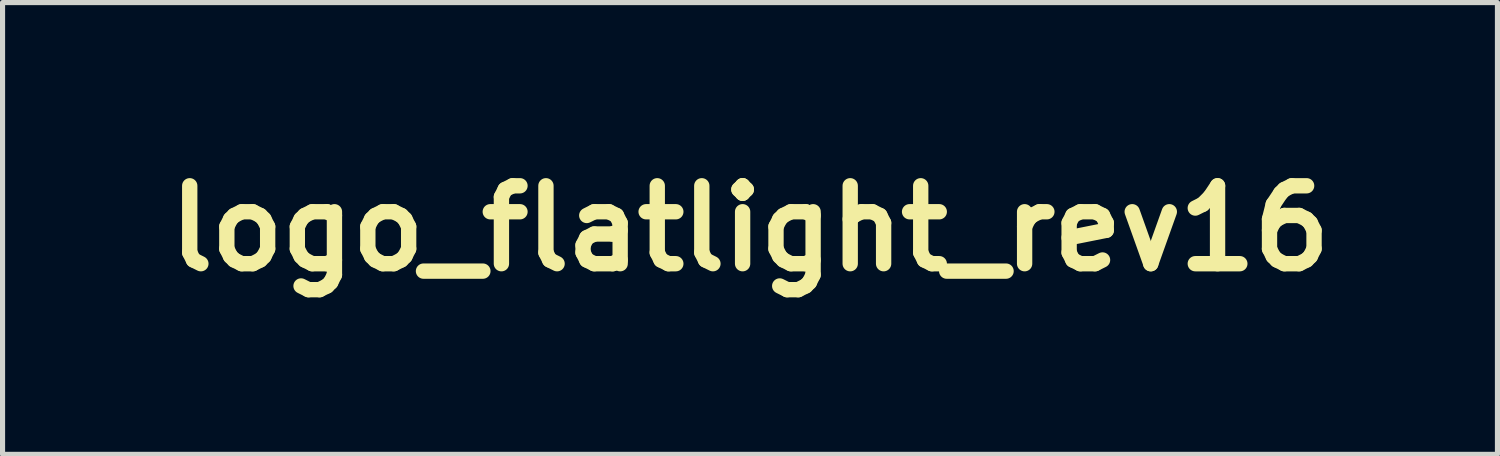
<source format=kicad_pcb>
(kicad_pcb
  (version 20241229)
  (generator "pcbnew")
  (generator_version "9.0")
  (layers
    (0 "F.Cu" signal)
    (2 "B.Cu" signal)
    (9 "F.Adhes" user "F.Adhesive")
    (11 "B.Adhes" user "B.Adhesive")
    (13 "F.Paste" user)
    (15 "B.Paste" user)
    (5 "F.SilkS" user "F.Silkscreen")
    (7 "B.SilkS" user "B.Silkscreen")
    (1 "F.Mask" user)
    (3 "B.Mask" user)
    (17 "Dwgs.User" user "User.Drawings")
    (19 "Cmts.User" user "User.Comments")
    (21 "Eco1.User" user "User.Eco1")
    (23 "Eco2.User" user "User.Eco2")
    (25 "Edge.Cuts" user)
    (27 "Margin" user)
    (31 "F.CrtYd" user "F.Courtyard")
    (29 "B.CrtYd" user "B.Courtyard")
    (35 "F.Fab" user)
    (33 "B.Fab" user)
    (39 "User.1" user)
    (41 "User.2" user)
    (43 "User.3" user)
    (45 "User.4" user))
  (footprint "logo_flatlight_rev16"
    (layer "F.Cu")
    (at 11.619 1.418)
    (property "Reference" "logo_flatlight_rev16" (at 0 0 0) (layer "F.SilkS") (effects (font (size 1.524 1.524) (thickness 0.3))))
    (attr through_hole)
    (fp_poly (pts (xy -6.17 0.381) (xy -6.348 0.381) (xy -6.348 -0.897) (xy -6.17 -0.897) (xy -6.17 0.381)) (stroke (width 0.01) (type solid)) (fill yes) (layer "F.Mask"))
    (fp_poly (pts (xy -3.885 0.381) (xy -4.063 0.381) (xy -4.063 -0.897) (xy -3.885 -0.897) (xy -3.885 0.381)) (stroke (width 0.01) (type solid)) (fill yes) (layer "F.Mask"))
    (fp_poly (pts (xy -3.419 -0.643) (xy -3.597 -0.643) (xy -3.597 -0.846) (xy -3.419 -0.846) (xy -3.419 -0.643)) (stroke (width 0.01) (type solid)) (fill yes) (layer "F.Mask"))
    (fp_poly (pts (xy -3.419 0.381) (xy -3.597 0.381) (xy -3.597 -0.508) (xy -3.419 -0.508) (xy -3.419 0.381)) (stroke (width 0.01) (type solid)) (fill yes) (layer "F.Mask"))
    (fp_poly (pts (xy 0.939 -0.068) (xy 0.339 -0.068) (xy 0.339 -0.237) (xy 0.939 -0.237) (xy 0.939 -0.068)) (stroke (width 0.01) (type solid)) (fill yes) (layer "F.Mask"))
    (fp_poly (pts (xy 5.88 -0.762) (xy 5.965 -0.758) (xy 6.034 -0.748) (xy 6.088 -0.73) (xy 6.127 -0.705) (xy 6.144 -0.687) (xy 6.153 -0.674) (xy 6.16 -0.66) (xy 6.167 -0.645) (xy 6.172 -0.626) (xy 6.176 -0.603) (xy 6.179 -0.573) (xy 6.182 -0.537) (xy 6.184 -0.491) (xy 6.185 -0.436) (xy 6.186 -0.368) (xy 6.187 -0.288) (xy 6.187 -0.194) (xy 6.187 -0.091) (xy 6.187 0.381) (xy 5.992 0.381) (xy 5.992 -0.515) (xy 5.972 -0.539) (xy 5.961 -0.551) (xy 5.948 -0.558) (xy 5.931 -0.562) (xy 5.903 -0.565) (xy 5.879 -0.566) (xy 5.806 -0.569) (xy 5.806 -0.762) (xy 5.88 -0.762)) (stroke (width 0.01) (type solid)) (fill yes) (layer "F.Mask"))
    (fp_poly (pts (xy -4.511 -0.508) (xy -4.266 -0.508) (xy -4.266 -0.339) (xy -4.511 -0.339) (xy -4.511 -0.108) (xy -4.51 -0.032) (xy -4.51 0.029) (xy -4.508 0.077) (xy -4.505 0.114) (xy -4.501 0.142) (xy -4.495 0.162) (xy -4.487 0.177) (xy -4.478 0.189) (xy -4.466 0.198) (xy -4.452 0.207) (xy -4.435 0.212) (xy -4.409 0.216) (xy -4.373 0.218) (xy -4.354 0.219) (xy -4.266 0.222) (xy -4.266 0.381) (xy -4.365 0.38) (xy -4.409 0.379) (xy -4.451 0.377) (xy -4.486 0.374) (xy -4.505 0.372) (xy -4.553 0.358) (xy -4.596 0.335) (xy -4.629 0.306) (xy -4.636 0.297) (xy -4.648 0.277) (xy -4.658 0.258) (xy -4.666 0.236) (xy -4.673 0.21) (xy -4.677 0.179) (xy -4.681 0.139) (xy -4.683 0.088) (xy -4.685 0.026) (xy -4.686 -0.05) (xy -4.687 -0.078) (xy -4.691 -0.339) (xy -4.807 -0.339) (xy -4.807 -0.508) (xy -4.689 -0.508) (xy -4.689 -0.719) (xy -4.511 -0.719) (xy -4.511 -0.508)) (stroke (width 0.01) (type solid)) (fill yes) (layer "F.Mask"))
    (fp_poly (pts (xy -0.508 -0.508) (xy -0.262 -0.508) (xy -0.262 -0.339) (xy -0.508 -0.339) (xy -0.507 -0.108) (xy -0.507 -0.032) (xy -0.506 0.029) (xy -0.504 0.077) (xy -0.502 0.114) (xy -0.498 0.142) (xy -0.492 0.162) (xy -0.484 0.177) (xy -0.474 0.189) (xy -0.463 0.198) (xy -0.449 0.207) (xy -0.431 0.212) (xy -0.406 0.216) (xy -0.37 0.218) (xy -0.351 0.219) (xy -0.262 0.222) (xy -0.262 0.381) (xy -0.362 0.38) (xy -0.406 0.379) (xy -0.448 0.377) (xy -0.482 0.374) (xy -0.501 0.372) (xy -0.55 0.358) (xy -0.593 0.335) (xy -0.626 0.306) (xy -0.632 0.297) (xy -0.645 0.277) (xy -0.655 0.258) (xy -0.663 0.236) (xy -0.669 0.21) (xy -0.674 0.179) (xy -0.677 0.139) (xy -0.68 0.088) (xy -0.682 0.026) (xy -0.683 -0.05) (xy -0.683 -0.078) (xy -0.687 -0.339) (xy -0.804 -0.339) (xy -0.804 -0.508) (xy -0.686 -0.508) (xy -0.686 -0.719) (xy -0.508 -0.719) (xy -0.508 -0.508)) (stroke (width 0.01) (type solid)) (fill yes) (layer "F.Mask"))
    (fp_poly (pts (xy -6.602 -0.568) (xy -6.875 -0.566) (xy -6.95 -0.565) (xy -7.011 -0.564) (xy -7.058 -0.563) (xy -7.095 -0.562) (xy -7.123 -0.56) (xy -7.143 -0.558) (xy -7.159 -0.555) (xy -7.172 -0.551) (xy -7.184 -0.546) (xy -7.19 -0.543) (xy -7.23 -0.522) (xy -7.259 -0.497) (xy -7.279 -0.466) (xy -7.29 -0.427) (xy -7.295 -0.376) (xy -7.296 -0.345) (xy -7.296 -0.262) (xy -6.61 -0.262) (xy -6.61 -0.076) (xy -7.296 -0.076) (xy -7.296 0.381) (xy -7.499 0.381) (xy -7.499 0.019) (xy -7.499 -0.088) (xy -7.498 -0.18) (xy -7.497 -0.258) (xy -7.495 -0.324) (xy -7.492 -0.379) (xy -7.489 -0.425) (xy -7.484 -0.462) (xy -7.479 -0.494) (xy -7.473 -0.52) (xy -7.465 -0.544) (xy -7.465 -0.545) (xy -7.441 -0.591) (xy -7.405 -0.637) (xy -7.363 -0.677) (xy -7.323 -0.705) (xy -7.299 -0.718) (xy -7.276 -0.728) (xy -7.252 -0.737) (xy -7.225 -0.743) (xy -7.194 -0.748) (xy -7.155 -0.752) (xy -7.108 -0.755) (xy -7.051 -0.757) (xy -6.98 -0.758) (xy -6.894 -0.76) (xy -6.892 -0.76) (xy -6.602 -0.763) (xy -6.602 -0.568)) (stroke (width 0.01) (type solid)) (fill yes) (layer "F.Mask"))
    (fp_poly (pts (xy -1.76 -0.508) (xy -1.555 -0.508) (xy -1.476 -0.507) (xy -1.412 -0.506) (xy -1.361 -0.503) (xy -1.322 -0.5) (xy -1.293 -0.495) (xy -1.292 -0.495) (xy -1.213 -0.472) (xy -1.146 -0.438) (xy -1.092 -0.393) (xy -1.049 -0.336) (xy -1.016 -0.266) (xy -1.015 -0.262) (xy -1.01 -0.246) (xy -1.006 -0.231) (xy -1.002 -0.214) (xy -1 -0.193) (xy -0.998 -0.166) (xy -0.996 -0.131) (xy -0.995 -0.086) (xy -0.994 -0.03) (xy -0.993 0.041) (xy -0.992 0.087) (xy -0.988 0.381) (xy -1.167 0.381) (xy -1.17 0.099) (xy -1.171 0.016) (xy -1.172 -0.052) (xy -1.173 -0.107) (xy -1.176 -0.15) (xy -1.18 -0.185) (xy -1.186 -0.211) (xy -1.193 -0.232) (xy -1.203 -0.248) (xy -1.215 -0.263) (xy -1.23 -0.277) (xy -1.238 -0.284) (xy -1.259 -0.3) (xy -1.279 -0.312) (xy -1.302 -0.322) (xy -1.33 -0.329) (xy -1.365 -0.333) (xy -1.41 -0.336) (xy -1.467 -0.338) (xy -1.537 -0.339) (xy -1.559 -0.339) (xy -1.76 -0.339) (xy -1.76 0.381) (xy -1.938 0.381) (xy -1.938 -0.897) (xy -1.76 -0.897) (xy -1.76 -0.508)) (stroke (width 0.01) (type solid)) (fill yes) (layer "F.Mask"))
    (fp_poly (pts (xy 4.35 -0.3) (xy 4.382 -0.216) (xy 4.413 -0.136) (xy 4.442 -0.061) (xy 4.468 0.005) (xy 4.49 0.063) (xy 4.51 0.111) (xy 4.525 0.147) (xy 4.535 0.17) (xy 4.539 0.178) (xy 4.561 0.191) (xy 4.588 0.194) (xy 4.613 0.188) (xy 4.624 0.18) (xy 4.629 0.169) (xy 4.641 0.144) (xy 4.657 0.107) (xy 4.677 0.058) (xy 4.702 -0.002) (xy 4.729 -0.069) (xy 4.759 -0.144) (xy 4.792 -0.225) (xy 4.821 -0.299) (xy 5.005 -0.762) (xy 5.222 -0.762) (xy 5.206 -0.722) (xy 5.2 -0.707) (xy 5.188 -0.677) (xy 5.172 -0.635) (xy 5.151 -0.582) (xy 5.126 -0.519) (xy 5.097 -0.448) (xy 5.066 -0.37) (xy 5.033 -0.287) (xy 4.999 -0.2) (xy 4.998 -0.199) (xy 4.964 -0.112) (xy 4.93 -0.029) (xy 4.899 0.048) (xy 4.87 0.118) (xy 4.844 0.18) (xy 4.822 0.232) (xy 4.805 0.273) (xy 4.792 0.301) (xy 4.785 0.315) (xy 4.785 0.315) (xy 4.75 0.351) (xy 4.702 0.376) (xy 4.642 0.391) (xy 4.597 0.395) (xy 4.534 0.394) (xy 4.485 0.385) (xy 4.482 0.384) (xy 4.428 0.36) (xy 4.386 0.326) (xy 4.369 0.303) (xy 4.363 0.29) (xy 4.352 0.263) (xy 4.336 0.223) (xy 4.315 0.171) (xy 4.291 0.11) (xy 4.264 0.039) (xy 4.235 -0.038) (xy 4.203 -0.121) (xy 4.17 -0.209) (xy 4.166 -0.22) (xy 4.133 -0.308) (xy 4.101 -0.391) (xy 4.072 -0.469) (xy 4.045 -0.54) (xy 4.022 -0.602) (xy 4.002 -0.655) (xy 3.987 -0.696) (xy 3.976 -0.724) (xy 3.971 -0.738) (xy 3.97 -0.738) (xy 3.961 -0.762) (xy 4.177 -0.762) (xy 4.35 -0.3)) (stroke (width 0.01) (type solid)) (fill yes) (layer "F.Mask"))
    (fp_poly (pts (xy 3.775 -0.568) (xy 3.455 -0.566) (xy 3.373 -0.565) (xy 3.307 -0.564) (xy 3.253 -0.563) (xy 3.211 -0.562) (xy 3.179 -0.561) (xy 3.155 -0.559) (xy 3.137 -0.557) (xy 3.124 -0.554) (xy 3.114 -0.55) (xy 3.104 -0.546) (xy 3.099 -0.543) (xy 3.064 -0.515) (xy 3.041 -0.477) (xy 3.032 -0.431) (xy 3.032 -0.404) (xy 3.043 -0.36) (xy 3.066 -0.326) (xy 3.103 -0.3) (xy 3.112 -0.296) (xy 3.123 -0.292) (xy 3.136 -0.29) (xy 3.155 -0.287) (xy 3.18 -0.286) (xy 3.213 -0.284) (xy 3.256 -0.283) (xy 3.311 -0.282) (xy 3.38 -0.282) (xy 3.451 -0.281) (xy 3.766 -0.279) (xy 3.766 -0.102) (xy 3.453 -0.102) (xy 3.367 -0.101) (xy 3.296 -0.101) (xy 3.238 -0.1) (xy 3.192 -0.099) (xy 3.157 -0.096) (xy 3.129 -0.093) (xy 3.108 -0.088) (xy 3.091 -0.082) (xy 3.078 -0.075) (xy 3.066 -0.065) (xy 3.058 -0.058) (xy 3.037 -0.027) (xy 3.027 0.012) (xy 3.027 0.054) (xy 3.038 0.096) (xy 3.059 0.132) (xy 3.067 0.14) (xy 3.079 0.151) (xy 3.093 0.161) (xy 3.11 0.168) (xy 3.132 0.174) (xy 3.16 0.178) (xy 3.197 0.182) (xy 3.243 0.184) (xy 3.301 0.185) (xy 3.372 0.186) (xy 3.458 0.186) (xy 3.479 0.186) (xy 3.775 0.186) (xy 3.775 0.381) (xy 3.464 0.38) (xy 3.392 0.379) (xy 3.325 0.379) (xy 3.265 0.378) (xy 3.213 0.378) (xy 3.172 0.377) (xy 3.145 0.376) (xy 3.132 0.375) (xy 3.046 0.358) (xy 2.975 0.331) (xy 2.918 0.295) (xy 2.874 0.25) (xy 2.844 0.195) (xy 2.827 0.13) (xy 2.823 0.068) (xy 2.83 -0.005) (xy 2.85 -0.067) (xy 2.884 -0.119) (xy 2.931 -0.162) (xy 2.943 -0.17) (xy 2.98 -0.193) (xy 2.938 -0.219) (xy 2.891 -0.258) (xy 2.857 -0.307) (xy 2.836 -0.366) (xy 2.827 -0.436) (xy 2.827 -0.454) (xy 2.834 -0.527) (xy 2.854 -0.591) (xy 2.889 -0.644) (xy 2.937 -0.689) (xy 3 -0.724) (xy 3.038 -0.738) (xy 3.053 -0.743) (xy 3.068 -0.747) (xy 3.084 -0.75) (xy 3.104 -0.752) (xy 3.13 -0.754) (xy 3.163 -0.756) (xy 3.206 -0.757) (xy 3.259 -0.758) (xy 3.325 -0.759) (xy 3.405 -0.76) (xy 3.434 -0.76) (xy 3.775 -0.763) (xy 3.775 -0.568)) (stroke (width 0.01) (type solid)) (fill yes) (layer "F.Mask"))
    (fp_poly (pts (xy 1.949 -0.762) (xy 2.028 -0.761) (xy 2.102 -0.761) (xy 2.17 -0.76) (xy 2.228 -0.758) (xy 2.276 -0.757) (xy 2.31 -0.755) (xy 2.328 -0.753) (xy 2.401 -0.733) (xy 2.466 -0.701) (xy 2.521 -0.657) (xy 2.563 -0.602) (xy 2.578 -0.573) (xy 2.589 -0.549) (xy 2.596 -0.529) (xy 2.6 -0.507) (xy 2.602 -0.479) (xy 2.602 -0.44) (xy 2.602 -0.419) (xy 2.602 -0.372) (xy 2.6 -0.337) (xy 2.595 -0.31) (xy 2.589 -0.285) (xy 2.583 -0.269) (xy 2.553 -0.214) (xy 2.511 -0.164) (xy 2.46 -0.121) (xy 2.424 -0.101) (xy 2.397 -0.086) (xy 2.381 -0.077) (xy 2.376 -0.068) (xy 2.378 -0.059) (xy 2.38 -0.056) (xy 2.386 -0.046) (xy 2.399 -0.023) (xy 2.417 0.009) (xy 2.441 0.05) (xy 2.467 0.095) (xy 2.495 0.144) (xy 2.524 0.194) (xy 2.552 0.242) (xy 2.578 0.286) (xy 2.6 0.324) (xy 2.617 0.353) (xy 2.628 0.372) (xy 2.629 0.375) (xy 2.623 0.377) (xy 2.603 0.379) (xy 2.571 0.38) (xy 2.532 0.381) (xy 2.525 0.381) (xy 2.416 0.381) (xy 2.286 0.161) (xy 2.157 -0.06) (xy 1.995 -0.057) (xy 1.832 -0.055) (xy 1.83 0.163) (xy 1.828 0.381) (xy 1.623 0.381) (xy 1.627 0.125) (xy 1.628 0.052) (xy 1.628 -0.006) (xy 1.63 -0.052) (xy 1.631 -0.087) (xy 1.633 -0.113) (xy 1.636 -0.132) (xy 1.639 -0.147) (xy 1.643 -0.16) (xy 1.648 -0.172) (xy 1.664 -0.199) (xy 1.683 -0.218) (xy 1.707 -0.231) (xy 1.719 -0.236) (xy 1.731 -0.24) (xy 1.746 -0.243) (xy 1.765 -0.246) (xy 1.79 -0.248) (xy 1.823 -0.249) (xy 1.867 -0.25) (xy 1.922 -0.251) (xy 1.992 -0.252) (xy 2.027 -0.252) (xy 2.104 -0.253) (xy 2.166 -0.254) (xy 2.215 -0.255) (xy 2.252 -0.257) (xy 2.281 -0.259) (xy 2.302 -0.261) (xy 2.317 -0.264) (xy 2.328 -0.267) (xy 2.337 -0.271) (xy 2.371 -0.297) (xy 2.395 -0.334) (xy 2.408 -0.378) (xy 2.41 -0.424) (xy 2.4 -0.469) (xy 2.394 -0.482) (xy 2.367 -0.521) (xy 2.333 -0.546) (xy 2.297 -0.559) (xy 2.281 -0.561) (xy 2.251 -0.562) (xy 2.207 -0.564) (xy 2.153 -0.565) (xy 2.091 -0.566) (xy 2.022 -0.567) (xy 1.949 -0.567) (xy 1.945 -0.567) (xy 1.625 -0.567) (xy 1.625 -0.762) (xy 1.949 -0.762)) (stroke (width 0.01) (type solid)) (fill yes) (layer "F.Mask"))
    (fp_poly (pts (xy -5.199 -0.504) (xy -5.141 -0.474) (xy -5.09 -0.442) (xy -5.056 -0.408) (xy -5.042 -0.389) (xy -5.031 -0.371) (xy -5.022 -0.351) (xy -5.015 -0.327) (xy -5.01 -0.299) (xy -5.007 -0.263) (xy -5.004 -0.217) (xy -5.003 -0.161) (xy -5.002 -0.091) (xy -5.002 -0.007) (xy -5.002 0.077) (xy -5.003 0.145) (xy -5.004 0.2) (xy -5.006 0.244) (xy -5.01 0.277) (xy -5.015 0.302) (xy -5.022 0.321) (xy -5.031 0.334) (xy -5.043 0.345) (xy -5.057 0.354) (xy -5.065 0.358) (xy -5.075 0.363) (xy -5.085 0.367) (xy -5.098 0.37) (xy -5.116 0.373) (xy -5.139 0.375) (xy -5.171 0.376) (xy -5.213 0.377) (xy -5.267 0.377) (xy -5.336 0.378) (xy -5.37 0.378) (xy -5.437 0.378) (xy -5.499 0.378) (xy -5.554 0.378) (xy -5.599 0.378) (xy -5.633 0.377) (xy -5.654 0.376) (xy -5.658 0.376) (xy -5.676 0.372) (xy -5.703 0.367) (xy -5.719 0.363) (xy -5.772 0.344) (xy -5.817 0.312) (xy -5.854 0.268) (xy -5.88 0.215) (xy -5.894 0.154) (xy -5.896 0.105) (xy -5.722 0.105) (xy -5.712 0.146) (xy -5.692 0.184) (xy -5.691 0.185) (xy -5.683 0.189) (xy -5.664 0.197) (xy -5.657 0.199) (xy -5.636 0.204) (xy -5.602 0.207) (xy -5.559 0.21) (xy -5.508 0.211) (xy -5.453 0.212) (xy -5.397 0.212) (xy -5.342 0.212) (xy -5.291 0.21) (xy -5.248 0.207) (xy -5.214 0.204) (xy -5.194 0.2) (xy -5.19 0.198) (xy -5.182 0.192) (xy -5.177 0.182) (xy -5.174 0.168) (xy -5.172 0.144) (xy -5.171 0.108) (xy -5.171 0.088) (xy -5.171 -0.008) (xy -5.404 -0.008) (xy -5.48 -0.008) (xy -5.541 -0.008) (xy -5.589 -0.006) (xy -5.626 -0.003) (xy -5.653 0.001) (xy -5.673 0.006) (xy -5.688 0.014) (xy -5.699 0.024) (xy -5.708 0.035) (xy -5.721 0.067) (xy -5.722 0.105) (xy -5.896 0.105) (xy -5.896 0.088) (xy -5.892 0.052) (xy -5.878 -0.004) (xy -5.855 -0.048) (xy -5.821 -0.083) (xy -5.777 -0.11) (xy -5.719 -0.14) (xy -5.445 -0.142) (xy -5.171 -0.145) (xy -5.171 -0.196) (xy -5.177 -0.25) (xy -5.194 -0.291) (xy -5.222 -0.32) (xy -5.226 -0.323) (xy -5.234 -0.327) (xy -5.243 -0.33) (xy -5.257 -0.333) (xy -5.275 -0.335) (xy -5.301 -0.336) (xy -5.336 -0.337) (xy -5.381 -0.338) (xy -5.439 -0.338) (xy -5.512 -0.339) (xy -5.546 -0.339) (xy -5.84 -0.339) (xy -5.84 -0.509) (xy -5.199 -0.504)) (stroke (width 0.01) (type solid)) (fill yes) (layer "F.Mask"))
    (fp_poly (pts (xy -2.685 -0.507) (xy -2.643 -0.506) (xy -2.578 -0.505) (xy -2.527 -0.504) (xy -2.489 -0.503) (xy -2.46 -0.501) (xy -2.438 -0.499) (xy -2.422 -0.496) (xy -2.407 -0.491) (xy -2.393 -0.485) (xy -2.387 -0.482) (xy -2.339 -0.455) (xy -2.303 -0.426) (xy -2.274 -0.389) (xy -2.265 -0.372) (xy -2.253 -0.35) (xy -2.243 -0.328) (xy -2.235 -0.307) (xy -2.228 -0.284) (xy -2.223 -0.257) (xy -2.22 -0.223) (xy -2.217 -0.182) (xy -2.215 -0.132) (xy -2.213 -0.07) (xy -2.212 0.006) (xy -2.211 0.079) (xy -2.21 0.182) (xy -2.21 0.272) (xy -2.211 0.347) (xy -2.213 0.407) (xy -2.215 0.452) (xy -2.217 0.473) (xy -2.231 0.542) (xy -2.253 0.601) (xy -2.282 0.648) (xy -2.313 0.678) (xy -2.331 0.69) (xy -2.348 0.701) (xy -2.367 0.71) (xy -2.388 0.716) (xy -2.414 0.722) (xy -2.446 0.726) (xy -2.487 0.729) (xy -2.537 0.731) (xy -2.599 0.732) (xy -2.675 0.733) (xy -2.757 0.734) (xy -3.081 0.738) (xy -3.081 0.568) (xy -2.782 0.565) (xy -2.703 0.565) (xy -2.639 0.564) (xy -2.588 0.563) (xy -2.549 0.562) (xy -2.519 0.56) (xy -2.497 0.558) (xy -2.481 0.556) (xy -2.47 0.553) (xy -2.461 0.549) (xy -2.456 0.546) (xy -2.425 0.519) (xy -2.404 0.478) (xy -2.391 0.424) (xy -2.389 0.401) (xy -2.384 0.339) (xy -2.621 0.339) (xy -2.701 0.338) (xy -2.767 0.337) (xy -2.821 0.335) (xy -2.864 0.332) (xy -2.899 0.327) (xy -2.929 0.32) (xy -2.955 0.311) (xy -2.98 0.299) (xy -3.004 0.285) (xy -3.057 0.245) (xy -3.1 0.195) (xy -3.131 0.133) (xy -3.153 0.06) (xy -3.164 -0.026) (xy -3.166 -0.078) (xy -2.994 -0.078) (xy -2.99 -0.017) (xy -2.978 0.041) (xy -2.958 0.092) (xy -2.934 0.126) (xy -2.918 0.142) (xy -2.9 0.155) (xy -2.879 0.165) (xy -2.852 0.172) (xy -2.818 0.178) (xy -2.774 0.181) (xy -2.719 0.184) (xy -2.65 0.185) (xy -2.592 0.185) (xy -2.387 0.186) (xy -2.387 0.009) (xy -2.387 -0.066) (xy -2.389 -0.126) (xy -2.392 -0.174) (xy -2.397 -0.21) (xy -2.404 -0.239) (xy -2.414 -0.261) (xy -2.426 -0.279) (xy -2.427 -0.281) (xy -2.445 -0.299) (xy -2.464 -0.314) (xy -2.486 -0.324) (xy -2.515 -0.331) (xy -2.552 -0.335) (xy -2.601 -0.338) (xy -2.664 -0.338) (xy -2.674 -0.338) (xy -2.74 -0.338) (xy -2.792 -0.336) (xy -2.832 -0.333) (xy -2.863 -0.327) (xy -2.887 -0.318) (xy -2.907 -0.306) (xy -2.926 -0.29) (xy -2.929 -0.287) (xy -2.958 -0.248) (xy -2.978 -0.197) (xy -2.99 -0.14) (xy -2.994 -0.078) (xy -3.166 -0.078) (xy -3.166 -0.092) (xy -3.16 -0.187) (xy -3.143 -0.269) (xy -3.115 -0.339) (xy -3.075 -0.397) (xy -3.023 -0.443) (xy -2.96 -0.477) (xy -2.905 -0.495) (xy -2.884 -0.5) (xy -2.861 -0.503) (xy -2.832 -0.505) (xy -2.794 -0.507) (xy -2.746 -0.507) (xy -2.685 -0.507)) (stroke (width 0.01) (type solid)) (fill yes) (layer "F.Mask"))
    (fp_poly (pts (xy 7.397 -0.569) (xy 7.133 -0.565) (xy 7.059 -0.564) (xy 6.999 -0.563) (xy 6.952 -0.562) (xy 6.916 -0.561) (xy 6.889 -0.559) (xy 6.868 -0.556) (xy 6.851 -0.553) (xy 6.836 -0.549) (xy 6.822 -0.544) (xy 6.819 -0.542) (xy 6.762 -0.513) (xy 6.717 -0.473) (xy 6.684 -0.421) (xy 6.66 -0.356) (xy 6.656 -0.341) (xy 6.651 -0.313) (xy 6.65 -0.297) (xy 6.655 -0.292) (xy 6.666 -0.291) (xy 6.691 -0.29) (xy 6.73 -0.289) (xy 6.779 -0.288) (xy 6.837 -0.287) (xy 6.902 -0.286) (xy 6.957 -0.286) (xy 7.037 -0.285) (xy 7.101 -0.284) (xy 7.153 -0.283) (xy 7.193 -0.282) (xy 7.224 -0.28) (xy 7.248 -0.277) (xy 7.267 -0.275) (xy 7.282 -0.271) (xy 7.294 -0.267) (xy 7.343 -0.243) (xy 7.387 -0.208) (xy 7.42 -0.166) (xy 7.43 -0.148) (xy 7.449 -0.092) (xy 7.46 -0.026) (xy 7.461 0.044) (xy 7.453 0.113) (xy 7.437 0.177) (xy 7.427 0.2) (xy 7.392 0.258) (xy 7.344 0.306) (xy 7.285 0.342) (xy 7.216 0.366) (xy 7.186 0.372) (xy 7.159 0.375) (xy 7.119 0.377) (xy 7.07 0.378) (xy 7.018 0.379) (xy 6.964 0.379) (xy 6.915 0.379) (xy 6.874 0.377) (xy 6.845 0.375) (xy 6.843 0.375) (xy 6.758 0.356) (xy 6.682 0.323) (xy 6.616 0.276) (xy 6.56 0.216) (xy 6.514 0.143) (xy 6.479 0.057) (xy 6.473 0.038) (xy 6.466 0.012) (xy 6.461 -0.013) (xy 6.458 -0.039) (xy 6.455 -0.07) (xy 6.454 -0.111) (xy 6.454 -0.136) (xy 6.644 -0.136) (xy 6.644 -0.117) (xy 6.647 -0.087) (xy 6.655 -0.048) (xy 6.665 -0.007) (xy 6.677 0.029) (xy 6.685 0.049) (xy 6.721 0.1) (xy 6.768 0.14) (xy 6.826 0.167) (xy 6.866 0.177) (xy 6.891 0.18) (xy 6.928 0.182) (xy 6.974 0.183) (xy 7.022 0.183) (xy 7.033 0.183) (xy 7.085 0.182) (xy 7.123 0.18) (xy 7.151 0.177) (xy 7.172 0.172) (xy 7.188 0.166) (xy 7.189 0.166) (xy 7.214 0.148) (xy 7.238 0.124) (xy 7.244 0.116) (xy 7.256 0.095) (xy 7.262 0.075) (xy 7.266 0.05) (xy 7.266 0.016) (xy 7.264 -0.029) (xy 7.255 -0.063) (xy 7.237 -0.088) (xy 7.209 -0.11) (xy 7.202 -0.114) (xy 7.193 -0.119) (xy 7.182 -0.123) (xy 7.169 -0.126) (xy 7.149 -0.128) (xy 7.123 -0.13) (xy 7.087 -0.131) (xy 7.041 -0.132) (xy 6.981 -0.133) (xy 6.909 -0.134) (xy 6.644 -0.136) (xy 6.454 -0.136) (xy 6.454 -0.163) (xy 6.454 -0.19) (xy 6.454 -0.249) (xy 6.455 -0.294) (xy 6.456 -0.329) (xy 6.459 -0.357) (xy 6.464 -0.382) (xy 6.47 -0.407) (xy 6.473 -0.419) (xy 6.505 -0.505) (xy 6.549 -0.579) (xy 6.604 -0.64) (xy 6.669 -0.688) (xy 6.693 -0.702) (xy 6.722 -0.716) (xy 6.748 -0.727) (xy 6.775 -0.736) (xy 6.804 -0.743) (xy 6.838 -0.748) (xy 6.879 -0.752) (xy 6.929 -0.755) (xy 6.99 -0.757) (xy 7.064 -0.759) (xy 7.124 -0.759) (xy 7.397 -0.763) (xy 7.397 -0.569)) (stroke (width 0.01) (type solid)) (fill yes) (layer "F.Mask")))
  (gr_rect
    (start -3 -3)
    (end 26.237 5.836)
    (stroke (width 0.1) (type default))
    (fill no)
    (layer "Edge.Cuts")))
</source>
